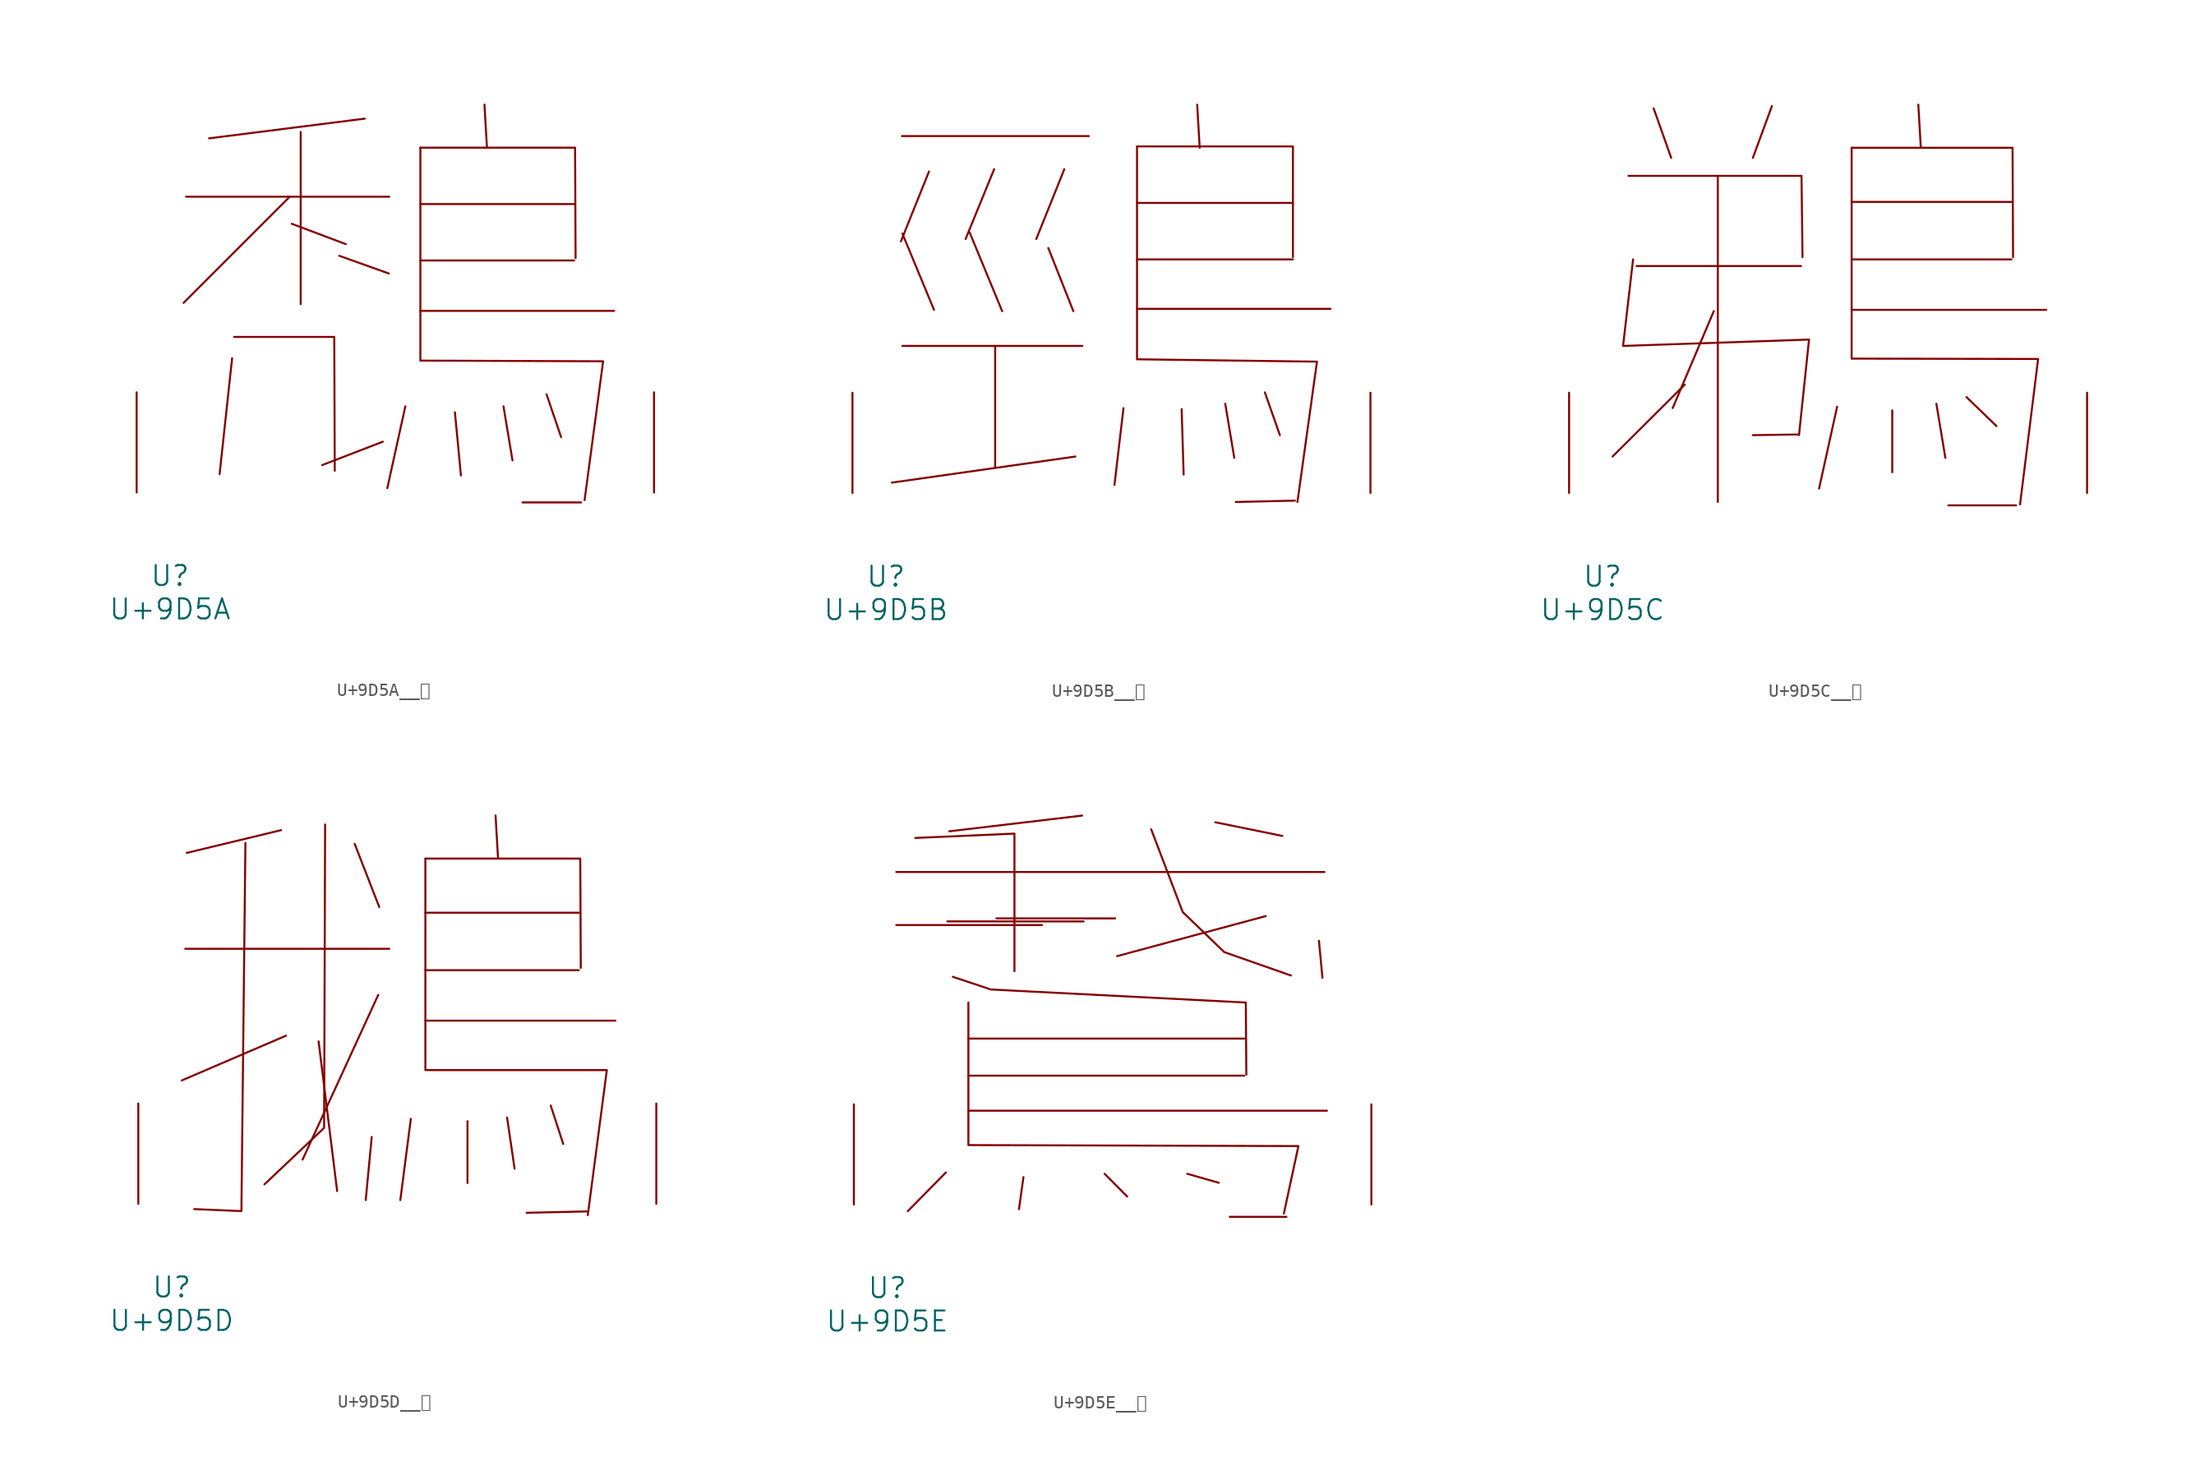
<source format=kicad_sym>
(kicad_symbol_lib
  (version 20231120)
  (generator "kicad_symbol_editor")
  (generator_version "8.0")
  (symbol "U+9D5A__鵚"
    (pin_names
      (offset 1.016))
    (property "Reference" "U"
      (at 0 -6.35 0)
      (effects (font (size 1.524 1.524))))
    (property "Value" "U+9D5A"
      (at 0 -8.89 0)
      (effects (font (size 1.524 1.524))))
    (symbol "U+9D5A__鵚_0_1"
      (polyline (pts (xy 1.219 22.504) (xy 16.688 22.504)) (stroke (width 0) (type solid)) (fill (type none)))
      (polyline (pts (xy 4.724 10.211) (xy 3.772 1.397)) (stroke (width 0) (type solid)) (fill (type none)))
      (polyline (pts (xy 9.106 22.504) (xy 1.029 14.427)) (stroke (width 0) (type solid)) (fill (type none)))
      (polyline (pts (xy 9.258 20.447) (xy 13.373 18.898)) (stroke (width 0) (type solid)) (fill (type none)))
      (polyline (pts (xy 9.944 27.432) (xy 9.944 14.326)) (stroke (width 0) (type solid)) (fill (type none)))
      (polyline (pts (xy 12.878 18.009) (xy 16.65 16.662)) (stroke (width 0) (type solid)) (fill (type none)))
      (polyline (pts (xy 14.821 28.448) (xy 2.972 26.949)) (stroke (width 0) (type solid)) (fill (type none)))
      (polyline (pts (xy 16.192 3.861) (xy 11.582 2.083)) (stroke (width 0) (type solid)) (fill (type none)))
      (polyline (pts (xy 17.907 6.553) (xy 16.535 0.33)) (stroke (width 0) (type solid)) (fill (type none)))
      (polyline (pts (xy 19.05 13.818) (xy 33.795 13.818)) (stroke (width 0) (type solid)) (fill (type none)))
      (polyline (pts (xy 19.05 17.653) (xy 30.747 17.653)) (stroke (width 0) (type solid)) (fill (type none)))
      (polyline (pts (xy 19.05 21.946) (xy 30.747 21.946)) (stroke (width 0) (type solid)) (fill (type none)))
      (polyline (pts (xy 21.679 6.096) (xy 22.136 1.295)) (stroke (width 0) (type solid)) (fill (type none)))
      (polyline (pts (xy 23.927 29.515) (xy 24.117 26.238)) (stroke (width 0) (type solid)) (fill (type none)))
      (polyline (pts (xy 25.375 6.553) (xy 26.06 2.438)) (stroke (width 0) (type solid)) (fill (type none)))
      (polyline (pts (xy 26.822 -0.762) (xy 31.28 -0.762)) (stroke (width 0) (type solid)) (fill (type none)))
      (polyline (pts (xy 28.651 7.468) (xy 29.756 4.216)) (stroke (width 0) (type solid)) (fill (type none)))
      (polyline (pts (xy 4.877 11.836) (xy 12.497 11.836) (xy 12.535 1.651)) (stroke (width 0) (type solid)) (fill (type none)))
      (polyline (pts (xy 19.05 26.238) (xy 30.823 26.238) (xy 30.861 17.831)) (stroke (width 0) (type solid)) (fill (type none)))
      (polyline (pts (xy 19.05 26.238) (xy 19.05 10.033) (xy 32.956 9.982) (xy 31.547 -0.584)) (stroke (width 0) (type solid)) (fill (type none)))
      (pin input line (at -2.54 0 90) (length 7.62) (name "~" (effects (font (size 1.27 1.27)))) (number "~" (effects (font (size 1.27 1.27)))))
      (pin input line (at 36.83 0 90) (length 7.62) (name "~" (effects (font (size 1.27 1.27)))) (number "~" (effects (font (size 1.27 1.27)))))))
  (symbol "U+9D5B__鵛"
    (pin_names
      (offset 1.016))
    (property "Reference" "U"
      (at 0 -6.35 0)
      (effects (font (size 1.524 1.524))))
    (property "Value" "U+9D5B"
      (at 0 -8.89 0)
      (effects (font (size 1.524 1.524))))
    (symbol "U+9D5B__鵛_0_1"
      (polyline (pts (xy 1.219 27.127) (xy 15.431 27.127)) (stroke (width 0) (type solid)) (fill (type none)))
      (polyline (pts (xy 1.257 11.176) (xy 14.935 11.176)) (stroke (width 0) (type solid)) (fill (type none)))
      (polyline (pts (xy 1.257 19.71) (xy 3.658 13.919)) (stroke (width 0) (type solid)) (fill (type none)))
      (polyline (pts (xy 3.277 24.435) (xy 1.143 19.126)) (stroke (width 0) (type solid)) (fill (type none)))
      (polyline (pts (xy 6.363 19.812) (xy 8.839 13.818)) (stroke (width 0) (type solid)) (fill (type none)))
      (polyline (pts (xy 8.23 24.613) (xy 6.058 19.304)) (stroke (width 0) (type solid)) (fill (type none)))
      (polyline (pts (xy 8.306 11.176) (xy 8.306 1.93)) (stroke (width 0) (type solid)) (fill (type none)))
      (polyline (pts (xy 12.344 18.618) (xy 14.249 13.818)) (stroke (width 0) (type solid)) (fill (type none)))
      (polyline (pts (xy 13.564 24.613) (xy 11.43 19.304)) (stroke (width 0) (type solid)) (fill (type none)))
      (polyline (pts (xy 14.402 2.769) (xy 0.457 0.787)) (stroke (width 0) (type solid)) (fill (type none)))
      (polyline (pts (xy 18.059 6.452) (xy 17.374 0.61)) (stroke (width 0) (type solid)) (fill (type none)))
      (polyline (pts (xy 19.088 13.995) (xy 33.795 13.995)) (stroke (width 0) (type solid)) (fill (type none)))
      (polyline (pts (xy 19.088 17.755) (xy 30.937 17.755)) (stroke (width 0) (type solid)) (fill (type none)))
      (polyline (pts (xy 19.088 22.047) (xy 30.937 22.047)) (stroke (width 0) (type solid)) (fill (type none)))
      (polyline (pts (xy 22.479 6.375) (xy 22.631 1.397)) (stroke (width 0) (type solid)) (fill (type none)))
      (polyline (pts (xy 23.66 29.515) (xy 23.851 26.238)) (stroke (width 0) (type solid)) (fill (type none)))
      (polyline (pts (xy 25.794 6.782) (xy 26.48 2.667)) (stroke (width 0) (type solid)) (fill (type none)))
      (polyline (pts (xy 28.804 7.645) (xy 29.947 4.394)) (stroke (width 0) (type solid)) (fill (type none)))
      (polyline (pts (xy 31.09 -0.584) (xy 26.594 -0.686)) (stroke (width 0) (type solid)) (fill (type none)))
      (polyline (pts (xy 19.088 26.34) (xy 30.937 26.34) (xy 30.937 17.932)) (stroke (width 0) (type solid)) (fill (type none)))
      (polyline (pts (xy 19.088 26.34) (xy 19.088 10.16) (xy 32.766 9.982) (xy 31.28 -0.686)) (stroke (width 0) (type solid)) (fill (type none)))
      (pin input line (at -2.54 0 90) (length 7.62) (name "~" (effects (font (size 1.27 1.27)))) (number "~" (effects (font (size 1.27 1.27)))))
      (pin input line (at 36.83 0 90) (length 7.62) (name "~" (effects (font (size 1.27 1.27)))) (number "~" (effects (font (size 1.27 1.27)))))))
  (symbol "U+9D5C__鵜"
    (pin_names
      (offset 1.016))
    (property "Reference" "U"
      (at 0 -6.35 0)
      (effects (font (size 1.524 1.524))))
    (property "Value" "U+9D5C"
      (at 0 -8.89 0)
      (effects (font (size 1.524 1.524))))
    (symbol "U+9D5C__鵜_0_1"
      (polyline (pts (xy 2.591 17.247) (xy 15.088 17.247)) (stroke (width 0) (type solid)) (fill (type none)))
      (polyline (pts (xy 3.886 29.235) (xy 5.22 25.476)) (stroke (width 0) (type solid)) (fill (type none)))
      (polyline (pts (xy 6.248 8.23) (xy 0.762 2.769)) (stroke (width 0) (type solid)) (fill (type none)))
      (polyline (pts (xy 8.458 13.818) (xy 5.334 6.452)) (stroke (width 0) (type solid)) (fill (type none)))
      (polyline (pts (xy 8.763 24.105) (xy 8.763 -0.686)) (stroke (width 0) (type solid)) (fill (type none)))
      (polyline (pts (xy 12.878 29.413) (xy 11.43 25.476)) (stroke (width 0) (type solid)) (fill (type none)))
      (polyline (pts (xy 14.821 4.445) (xy 11.43 4.394)) (stroke (width 0) (type solid)) (fill (type none)))
      (polyline (pts (xy 17.831 6.553) (xy 16.459 0.33)) (stroke (width 0) (type solid)) (fill (type none)))
      (polyline (pts (xy 18.936 13.919) (xy 33.718 13.919)) (stroke (width 0) (type solid)) (fill (type none)))
      (polyline (pts (xy 18.936 17.755) (xy 31.09 17.755)) (stroke (width 0) (type solid)) (fill (type none)))
      (polyline (pts (xy 18.936 22.123) (xy 31.09 22.123)) (stroke (width 0) (type solid)) (fill (type none)))
      (polyline (pts (xy 22.022 6.274) (xy 22.022 1.575)) (stroke (width 0) (type solid)) (fill (type none)))
      (polyline (pts (xy 24.003 29.515) (xy 24.194 26.238)) (stroke (width 0) (type solid)) (fill (type none)))
      (polyline (pts (xy 25.375 6.782) (xy 26.06 2.667)) (stroke (width 0) (type solid)) (fill (type none)))
      (polyline (pts (xy 26.289 -0.94) (xy 31.433 -0.94)) (stroke (width 0) (type solid)) (fill (type none)))
      (polyline (pts (xy 27.661 7.29) (xy 29.947 5.08)) (stroke (width 0) (type solid)) (fill (type none)))
      (polyline (pts (xy 1.981 24.105) (xy 15.126 24.105) (xy 15.202 17.932)) (stroke (width 0) (type solid)) (fill (type none)))
      (polyline (pts (xy 18.936 26.238) (xy 31.166 26.238) (xy 31.204 17.932)) (stroke (width 0) (type solid)) (fill (type none)))
      (polyline (pts (xy 2.324 17.755) (xy 1.562 11.176) (xy 15.697 11.659) (xy 14.935 4.394)) (stroke (width 0) (type solid)) (fill (type none)))
      (polyline (pts (xy 18.936 26.238) (xy 18.936 10.211) (xy 33.109 10.185) (xy 31.737 -0.864)) (stroke (width 0) (type solid)) (fill (type none)))
      (pin input line (at -2.54 0 90) (length 7.62) (name "~" (effects (font (size 1.27 1.27)))) (number "~" (effects (font (size 1.27 1.27)))))
      (pin input line (at 36.83 0 90) (length 7.62) (name "~" (effects (font (size 1.27 1.27)))) (number "~" (effects (font (size 1.27 1.27)))))))
  (symbol "U+9D5D__鵝"
    (pin_names
      (offset 1.016))
    (property "Reference" "U"
      (at 0 -6.35 0)
      (effects (font (size 1.524 1.524))))
    (property "Value" "U+9D5D"
      (at 0 -8.89 0)
      (effects (font (size 1.524 1.524))))
    (symbol "U+9D5D__鵝_0_1"
      (polyline (pts (xy 1.029 19.38) (xy 16.535 19.38)) (stroke (width 0) (type solid)) (fill (type none)))
      (polyline (pts (xy 8.306 28.397) (xy 1.143 26.67)) (stroke (width 0) (type solid)) (fill (type none)))
      (polyline (pts (xy 8.687 12.776) (xy 0.762 9.373)) (stroke (width 0) (type solid)) (fill (type none)))
      (polyline (pts (xy 11.163 12.344) (xy 12.573 0.965)) (stroke (width 0) (type solid)) (fill (type none)))
      (polyline (pts (xy 13.906 27.356) (xy 15.773 22.555)) (stroke (width 0) (type solid)) (fill (type none)))
      (polyline (pts (xy 15.202 5.08) (xy 14.745 0.279)) (stroke (width 0) (type solid)) (fill (type none)))
      (polyline (pts (xy 15.697 15.875) (xy 9.944 3.353)) (stroke (width 0) (type solid)) (fill (type none)))
      (polyline (pts (xy 18.174 6.452) (xy 17.374 0.279)) (stroke (width 0) (type solid)) (fill (type none)))
      (polyline (pts (xy 19.279 13.919) (xy 33.718 13.919)) (stroke (width 0) (type solid)) (fill (type none)))
      (polyline (pts (xy 19.279 17.755) (xy 30.937 17.755)) (stroke (width 0) (type solid)) (fill (type none)))
      (polyline (pts (xy 19.279 22.123) (xy 30.937 22.123)) (stroke (width 0) (type solid)) (fill (type none)))
      (polyline (pts (xy 22.479 6.274) (xy 22.479 1.575)) (stroke (width 0) (type solid)) (fill (type none)))
      (polyline (pts (xy 24.613 29.515) (xy 24.803 26.238)) (stroke (width 0) (type solid)) (fill (type none)))
      (polyline (pts (xy 25.489 6.553) (xy 26.06 2.667)) (stroke (width 0) (type solid)) (fill (type none)))
      (polyline (pts (xy 28.804 7.468) (xy 29.756 4.547)) (stroke (width 0) (type solid)) (fill (type none)))
      (polyline (pts (xy 31.547 -0.584) (xy 26.975 -0.686)) (stroke (width 0) (type solid)) (fill (type none)))
      (polyline (pts (xy 5.601 27.432) (xy 5.296 -0.559) (xy 1.714 -0.406)) (stroke (width 0) (type solid)) (fill (type none)))
      (polyline (pts (xy 11.659 28.829) (xy 11.582 5.766) (xy 7.048 1.473)) (stroke (width 0) (type solid)) (fill (type none)))
      (polyline (pts (xy 19.279 26.238) (xy 31.052 26.238) (xy 31.09 17.932)) (stroke (width 0) (type solid)) (fill (type none)))
      (polyline (pts (xy 19.279 26.238) (xy 19.279 10.16) (xy 33.071 10.16) (xy 31.623 -0.864)) (stroke (width 0) (type solid)) (fill (type none)))
      (pin input line (at -2.54 0 90) (length 7.62) (name "~" (effects (font (size 1.27 1.27)))) (number "~" (effects (font (size 1.27 1.27)))))
      (pin input line (at 36.83 0 90) (length 7.62) (name "~" (effects (font (size 1.27 1.27)))) (number "~" (effects (font (size 1.27 1.27)))))))
  (symbol "U+9D5E__鵞"
    (pin_names
      (offset 1.016))
    (property "Reference" "U"
      (at 0 -6.35 0)
      (effects (font (size 1.524 1.524))))
    (property "Value" "U+9D5E"
      (at 0 -8.89 0)
      (effects (font (size 1.524 1.524))))
    (symbol "U+9D5E__鵞_0_1"
      (polyline (pts (xy 0.686 21.26) (xy 11.773 21.26)) (stroke (width 0) (type solid)) (fill (type none)))
      (polyline (pts (xy 0.686 25.298) (xy 33.261 25.298)) (stroke (width 0) (type solid)) (fill (type none)))
      (polyline (pts (xy 4.458 2.438) (xy 1.562 -0.508)) (stroke (width 0) (type solid)) (fill (type none)))
      (polyline (pts (xy 4.572 21.539) (xy 14.935 21.539)) (stroke (width 0) (type solid)) (fill (type none)))
      (polyline (pts (xy 6.172 7.137) (xy 33.452 7.137)) (stroke (width 0) (type solid)) (fill (type none)))
      (polyline (pts (xy 6.172 9.804) (xy 27.165 9.804)) (stroke (width 0) (type solid)) (fill (type none)))
      (polyline (pts (xy 6.172 12.624) (xy 27.165 12.624)) (stroke (width 0) (type solid)) (fill (type none)))
      (polyline (pts (xy 8.306 21.768) (xy 17.335 21.768)) (stroke (width 0) (type solid)) (fill (type none)))
      (polyline (pts (xy 10.363 2.083) (xy 10.02 -0.356)) (stroke (width 0) (type solid)) (fill (type none)))
      (polyline (pts (xy 14.821 29.591) (xy 4.724 28.397)) (stroke (width 0) (type solid)) (fill (type none)))
      (polyline (pts (xy 16.535 2.337) (xy 18.25 0.61)) (stroke (width 0) (type solid)) (fill (type none)))
      (polyline (pts (xy 22.822 2.337) (xy 25.222 1.651)) (stroke (width 0) (type solid)) (fill (type none)))
      (polyline (pts (xy 24.956 29.083) (xy 30.061 28.042)) (stroke (width 0) (type solid)) (fill (type none)))
      (polyline (pts (xy 26.06 -0.94) (xy 30.366 -0.94)) (stroke (width 0) (type solid)) (fill (type none)))
      (polyline (pts (xy 28.804 21.946) (xy 17.488 18.898)) (stroke (width 0) (type solid)) (fill (type none)))
      (polyline (pts (xy 32.842 20.066) (xy 33.109 17.247)) (stroke (width 0) (type solid)) (fill (type none)))
      (polyline (pts (xy 2.134 27.889) (xy 9.677 28.219) (xy 9.677 17.755)) (stroke (width 0) (type solid)) (fill (type none)))
      (polyline (pts (xy 4.991 17.323) (xy 7.887 16.358) (xy 27.28 15.367) (xy 27.318 9.881)) (stroke (width 0) (type solid)) (fill (type none)))
      (polyline (pts (xy 6.172 15.367) (xy 6.172 4.521) (xy 31.28 4.445) (xy 30.175 -0.686)) (stroke (width 0) (type solid)) (fill (type none)))
      (polyline (pts (xy 20.079 28.55) (xy 22.479 22.25) (xy 25.641 19.202) (xy 30.709 17.424)) (stroke (width 0) (type solid)) (fill (type none)))
      (pin input line (at -2.54 0 90) (length 7.62) (name "~" (effects (font (size 1.27 1.27)))) (number "~" (effects (font (size 1.27 1.27)))))
      (pin input line (at 36.83 0 90) (length 7.62) (name "~" (effects (font (size 1.27 1.27)))) (number "~" (effects (font (size 1.27 1.27))))))))
</source>
